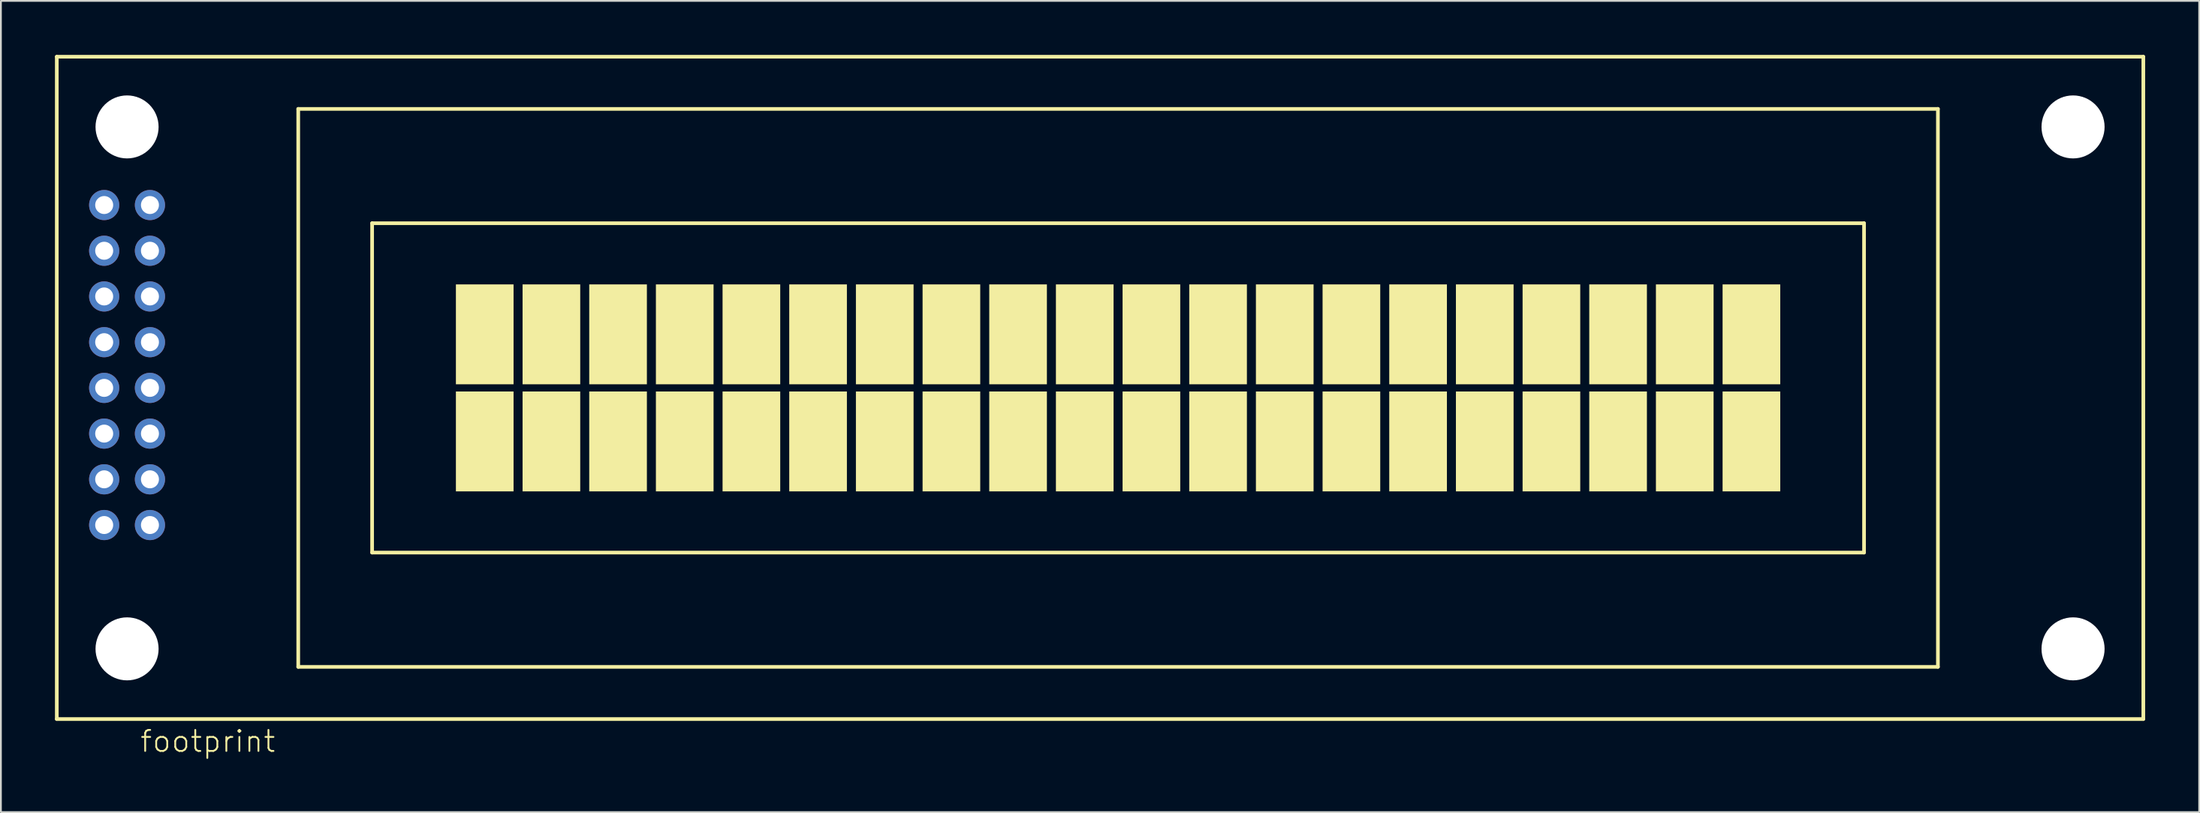
<source format=kicad_pcb>
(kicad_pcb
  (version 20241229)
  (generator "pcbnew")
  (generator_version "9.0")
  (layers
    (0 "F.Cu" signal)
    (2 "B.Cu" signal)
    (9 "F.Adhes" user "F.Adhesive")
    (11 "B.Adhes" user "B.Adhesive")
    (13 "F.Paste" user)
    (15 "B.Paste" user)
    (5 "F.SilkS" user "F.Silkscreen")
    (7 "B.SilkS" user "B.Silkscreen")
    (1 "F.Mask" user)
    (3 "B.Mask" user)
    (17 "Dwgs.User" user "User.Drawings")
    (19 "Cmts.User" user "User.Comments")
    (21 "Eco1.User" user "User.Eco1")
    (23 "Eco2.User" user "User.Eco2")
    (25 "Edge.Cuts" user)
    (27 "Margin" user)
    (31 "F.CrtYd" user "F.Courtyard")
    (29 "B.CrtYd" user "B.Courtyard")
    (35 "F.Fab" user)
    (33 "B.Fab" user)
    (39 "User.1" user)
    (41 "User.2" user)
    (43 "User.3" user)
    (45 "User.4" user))
  (footprint "footprint"
    (layer "F.Cu")
    (at 58.002 18.502)
    (property "Reference" "footprint" (at -53.34 20.32 0) (layer "F.SilkS") (effects (font (size 1.168 1.168) (thickness 0.102)) (justify left bottom)))
    (fp_line (start -57.9 -18.4) (end 57.9 -18.4) (stroke (width 0.203) (type solid)) (layer "F.SilkS"))
    (fp_line (start -57.9 18.4) (end -57.9 -18.4) (stroke (width 0.203) (type solid)) (layer "F.SilkS"))
    (fp_line (start -44.5 -15.5) (end 46.5 -15.5) (stroke (width 0.203) (type solid)) (layer "F.SilkS"))
    (fp_line (start -44.5 15.5) (end -44.5 -15.5) (stroke (width 0.203) (type solid)) (layer "F.SilkS"))
    (fp_line (start -40.4 -9.15) (end 42.4 -9.15) (stroke (width 0.203) (type solid)) (layer "F.SilkS"))
    (fp_line (start -40.4 9.15) (end -40.4 -9.15) (stroke (width 0.203) (type solid)) (layer "F.SilkS"))
    (fp_line (start 42.4 -9.15) (end 42.4 9.15) (stroke (width 0.203) (type solid)) (layer "F.SilkS"))
    (fp_line (start 42.4 9.15) (end -40.4 9.15) (stroke (width 0.203) (type solid)) (layer "F.SilkS"))
    (fp_line (start 46.5 -15.5) (end 46.5 15.5) (stroke (width 0.203) (type solid)) (layer "F.SilkS"))
    (fp_line (start 46.5 15.5) (end -44.5 15.5) (stroke (width 0.203) (type solid)) (layer "F.SilkS"))
    (fp_line (start 57.9 -18.4) (end 57.9 18.4) (stroke (width 0.203) (type solid)) (layer "F.SilkS"))
    (fp_line (start 57.9 18.4) (end -57.9 18.4) (stroke (width 0.203) (type solid)) (layer "F.SilkS"))
    (fp_poly (pts (xy -35.75 -0.2) (xy -32.55 -0.2) (xy -32.55 -5.75) (xy -35.75 -5.75)) (stroke (width 0) (type solid)) (fill yes) (layer "F.SilkS"))
    (fp_poly (pts (xy -35.75 5.75) (xy -32.55 5.75) (xy -32.55 0.2) (xy -35.75 0.2)) (stroke (width 0) (type solid)) (fill yes) (layer "F.SilkS"))
    (fp_poly (pts (xy -32.05 -0.2) (xy -28.85 -0.2) (xy -28.85 -5.75) (xy -32.05 -5.75)) (stroke (width 0) (type solid)) (fill yes) (layer "F.SilkS"))
    (fp_poly (pts (xy -32.05 5.75) (xy -28.85 5.75) (xy -28.85 0.2) (xy -32.05 0.2)) (stroke (width 0) (type solid)) (fill yes) (layer "F.SilkS"))
    (fp_poly (pts (xy -28.35 -0.2) (xy -25.15 -0.2) (xy -25.15 -5.75) (xy -28.35 -5.75)) (stroke (width 0) (type solid)) (fill yes) (layer "F.SilkS"))
    (fp_poly (pts (xy -28.35 5.75) (xy -25.15 5.75) (xy -25.15 0.2) (xy -28.35 0.2)) (stroke (width 0) (type solid)) (fill yes) (layer "F.SilkS"))
    (fp_poly (pts (xy -24.65 -0.2) (xy -21.45 -0.2) (xy -21.45 -5.75) (xy -24.65 -5.75)) (stroke (width 0) (type solid)) (fill yes) (layer "F.SilkS"))
    (fp_poly (pts (xy -24.65 5.75) (xy -21.45 5.75) (xy -21.45 0.2) (xy -24.65 0.2)) (stroke (width 0) (type solid)) (fill yes) (layer "F.SilkS"))
    (fp_poly (pts (xy -20.95 -0.2) (xy -17.75 -0.2) (xy -17.75 -5.75) (xy -20.95 -5.75)) (stroke (width 0) (type solid)) (fill yes) (layer "F.SilkS"))
    (fp_poly (pts (xy -20.95 5.75) (xy -17.75 5.75) (xy -17.75 0.2) (xy -20.95 0.2)) (stroke (width 0) (type solid)) (fill yes) (layer "F.SilkS"))
    (fp_poly (pts (xy -17.25 -0.2) (xy -14.05 -0.2) (xy -14.05 -5.75) (xy -17.25 -5.75)) (stroke (width 0) (type solid)) (fill yes) (layer "F.SilkS"))
    (fp_poly (pts (xy -17.25 5.75) (xy -14.05 5.75) (xy -14.05 0.2) (xy -17.25 0.2)) (stroke (width 0) (type solid)) (fill yes) (layer "F.SilkS"))
    (fp_poly (pts (xy -13.55 -0.2) (xy -10.35 -0.2) (xy -10.35 -5.75) (xy -13.55 -5.75)) (stroke (width 0) (type solid)) (fill yes) (layer "F.SilkS"))
    (fp_poly (pts (xy -13.55 5.75) (xy -10.35 5.75) (xy -10.35 0.2) (xy -13.55 0.2)) (stroke (width 0) (type solid)) (fill yes) (layer "F.SilkS"))
    (fp_poly (pts (xy -9.85 -0.2) (xy -6.65 -0.2) (xy -6.65 -5.75) (xy -9.85 -5.75)) (stroke (width 0) (type solid)) (fill yes) (layer "F.SilkS"))
    (fp_poly (pts (xy -9.85 5.75) (xy -6.65 5.75) (xy -6.65 0.2) (xy -9.85 0.2)) (stroke (width 0) (type solid)) (fill yes) (layer "F.SilkS"))
    (fp_poly (pts (xy -6.15 -0.2) (xy -2.95 -0.2) (xy -2.95 -5.75) (xy -6.15 -5.75)) (stroke (width 0) (type solid)) (fill yes) (layer "F.SilkS"))
    (fp_poly (pts (xy -6.15 5.75) (xy -2.95 5.75) (xy -2.95 0.2) (xy -6.15 0.2)) (stroke (width 0) (type solid)) (fill yes) (layer "F.SilkS"))
    (fp_poly (pts (xy -2.45 -0.2) (xy 0.75 -0.2) (xy 0.75 -5.75) (xy -2.45 -5.75)) (stroke (width 0) (type solid)) (fill yes) (layer "F.SilkS"))
    (fp_poly (pts (xy -2.45 5.75) (xy 0.75 5.75) (xy 0.75 0.2) (xy -2.45 0.2)) (stroke (width 0) (type solid)) (fill yes) (layer "F.SilkS"))
    (fp_poly (pts (xy 1.25 -0.2) (xy 4.45 -0.2) (xy 4.45 -5.75) (xy 1.25 -5.75)) (stroke (width 0) (type solid)) (fill yes) (layer "F.SilkS"))
    (fp_poly (pts (xy 1.25 5.75) (xy 4.45 5.75) (xy 4.45 0.2) (xy 1.25 0.2)) (stroke (width 0) (type solid)) (fill yes) (layer "F.SilkS"))
    (fp_poly (pts (xy 4.95 -0.2) (xy 8.15 -0.2) (xy 8.15 -5.75) (xy 4.95 -5.75)) (stroke (width 0) (type solid)) (fill yes) (layer "F.SilkS"))
    (fp_poly (pts (xy 4.95 5.75) (xy 8.15 5.75) (xy 8.15 0.2) (xy 4.95 0.2)) (stroke (width 0) (type solid)) (fill yes) (layer "F.SilkS"))
    (fp_poly (pts (xy 8.65 -0.2) (xy 11.85 -0.2) (xy 11.85 -5.75) (xy 8.65 -5.75)) (stroke (width 0) (type solid)) (fill yes) (layer "F.SilkS"))
    (fp_poly (pts (xy 8.65 5.75) (xy 11.85 5.75) (xy 11.85 0.2) (xy 8.65 0.2)) (stroke (width 0) (type solid)) (fill yes) (layer "F.SilkS"))
    (fp_poly (pts (xy 12.35 -0.2) (xy 15.55 -0.2) (xy 15.55 -5.75) (xy 12.35 -5.75)) (stroke (width 0) (type solid)) (fill yes) (layer "F.SilkS"))
    (fp_poly (pts (xy 12.35 5.75) (xy 15.55 5.75) (xy 15.55 0.2) (xy 12.35 0.2)) (stroke (width 0) (type solid)) (fill yes) (layer "F.SilkS"))
    (fp_poly (pts (xy 16.05 -0.2) (xy 19.25 -0.2) (xy 19.25 -5.75) (xy 16.05 -5.75)) (stroke (width 0) (type solid)) (fill yes) (layer "F.SilkS"))
    (fp_poly (pts (xy 16.05 5.75) (xy 19.25 5.75) (xy 19.25 0.2) (xy 16.05 0.2)) (stroke (width 0) (type solid)) (fill yes) (layer "F.SilkS"))
    (fp_poly (pts (xy 19.75 -0.2) (xy 22.95 -0.2) (xy 22.95 -5.75) (xy 19.75 -5.75)) (stroke (width 0) (type solid)) (fill yes) (layer "F.SilkS"))
    (fp_poly (pts (xy 19.75 5.75) (xy 22.95 5.75) (xy 22.95 0.2) (xy 19.75 0.2)) (stroke (width 0) (type solid)) (fill yes) (layer "F.SilkS"))
    (fp_poly (pts (xy 23.45 -0.2) (xy 26.65 -0.2) (xy 26.65 -5.75) (xy 23.45 -5.75)) (stroke (width 0) (type solid)) (fill yes) (layer "F.SilkS"))
    (fp_poly (pts (xy 23.45 5.75) (xy 26.65 5.75) (xy 26.65 0.2) (xy 23.45 0.2)) (stroke (width 0) (type solid)) (fill yes) (layer "F.SilkS"))
    (fp_poly (pts (xy 27.15 -0.2) (xy 30.35 -0.2) (xy 30.35 -5.75) (xy 27.15 -5.75)) (stroke (width 0) (type solid)) (fill yes) (layer "F.SilkS"))
    (fp_poly (pts (xy 27.15 5.75) (xy 30.35 5.75) (xy 30.35 0.2) (xy 27.15 0.2)) (stroke (width 0) (type solid)) (fill yes) (layer "F.SilkS"))
    (fp_poly (pts (xy 30.85 -0.2) (xy 34.05 -0.2) (xy 34.05 -5.75) (xy 30.85 -5.75)) (stroke (width 0) (type solid)) (fill yes) (layer "F.SilkS"))
    (fp_poly (pts (xy 30.85 5.75) (xy 34.05 5.75) (xy 34.05 0.2) (xy 30.85 0.2)) (stroke (width 0) (type solid)) (fill yes) (layer "F.SilkS"))
    (fp_poly (pts (xy 34.55 -0.2) (xy 37.75 -0.2) (xy 37.75 -5.75) (xy 34.55 -5.75)) (stroke (width 0) (type solid)) (fill yes) (layer "F.SilkS"))
    (fp_poly (pts (xy 34.55 5.75) (xy 37.75 5.75) (xy 37.75 0.2) (xy 34.55 0.2)) (stroke (width 0) (type solid)) (fill yes) (layer "F.SilkS"))
    (pad "" np_thru_hole circle (at -54 -14.5) (size 3.5 3.5) (drill 3.5) (layers "*.Cu" "*.Mask"))
    (pad "" np_thru_hole circle (at -54 14.5) (size 3.5 3.5) (drill 3.5) (layers "*.Cu" "*.Mask"))
    (pad "" np_thru_hole circle (at 54 -14.5) (size 3.5 3.5) (drill 3.5) (layers "*.Cu" "*.Mask"))
    (pad "" np_thru_hole circle (at 54 14.5) (size 3.5 3.5) (drill 3.5) (layers "*.Cu" "*.Mask"))
    (pad "1" thru_hole circle (at -52.73 7.62) (size 1.676 1.676) (drill 1) (layers "*.Cu" "*.Mask"))
    (pad "2" thru_hole circle (at -55.27 7.62) (size 1.676 1.676) (drill 1) (layers "*.Cu" "*.Mask"))
    (pad "3" thru_hole circle (at -52.73 5.08) (size 1.676 1.676) (drill 1) (layers "*.Cu" "*.Mask"))
    (pad "4" thru_hole circle (at -55.27 5.08) (size 1.676 1.676) (drill 1) (layers "*.Cu" "*.Mask"))
    (pad "5" thru_hole circle (at -52.73 2.54) (size 1.676 1.676) (drill 1) (layers "*.Cu" "*.Mask"))
    (pad "6" thru_hole circle (at -55.27 2.54) (size 1.676 1.676) (drill 1) (layers "*.Cu" "*.Mask"))
    (pad "7" thru_hole circle (at -52.73 0) (size 1.676 1.676) (drill 1) (layers "*.Cu" "*.Mask"))
    (pad "8" thru_hole circle (at -55.27 0) (size 1.676 1.676) (drill 1) (layers "*.Cu" "*.Mask"))
    (pad "9" thru_hole circle (at -52.73 -2.54) (size 1.676 1.676) (drill 1) (layers "*.Cu" "*.Mask"))
    (pad "10" thru_hole circle (at -55.27 -2.54) (size 1.676 1.676) (drill 1) (layers "*.Cu" "*.Mask"))
    (pad "11" thru_hole circle (at -52.73 -5.08) (size 1.676 1.676) (drill 1) (layers "*.Cu" "*.Mask"))
    (pad "12" thru_hole circle (at -55.27 -5.08) (size 1.676 1.676) (drill 1) (layers "*.Cu" "*.Mask"))
    (pad "13" thru_hole circle (at -52.73 -7.62) (size 1.676 1.676) (drill 1) (layers "*.Cu" "*.Mask"))
    (pad "14" thru_hole circle (at -55.27 -7.62) (size 1.676 1.676) (drill 1) (layers "*.Cu" "*.Mask"))
    (pad "15" thru_hole circle (at -52.73 -10.16) (size 1.676 1.676) (drill 1) (layers "*.Cu" "*.Mask"))
    (pad "16" thru_hole circle (at -55.27 -10.16) (size 1.676 1.676) (drill 1) (layers "*.Cu" "*.Mask")))
  (gr_rect
    (start -3 -3)
    (end 119.003 42.072)
    (stroke (width 0.1) (type default))
    (fill no)
    (layer "Edge.Cuts")))
</source>
